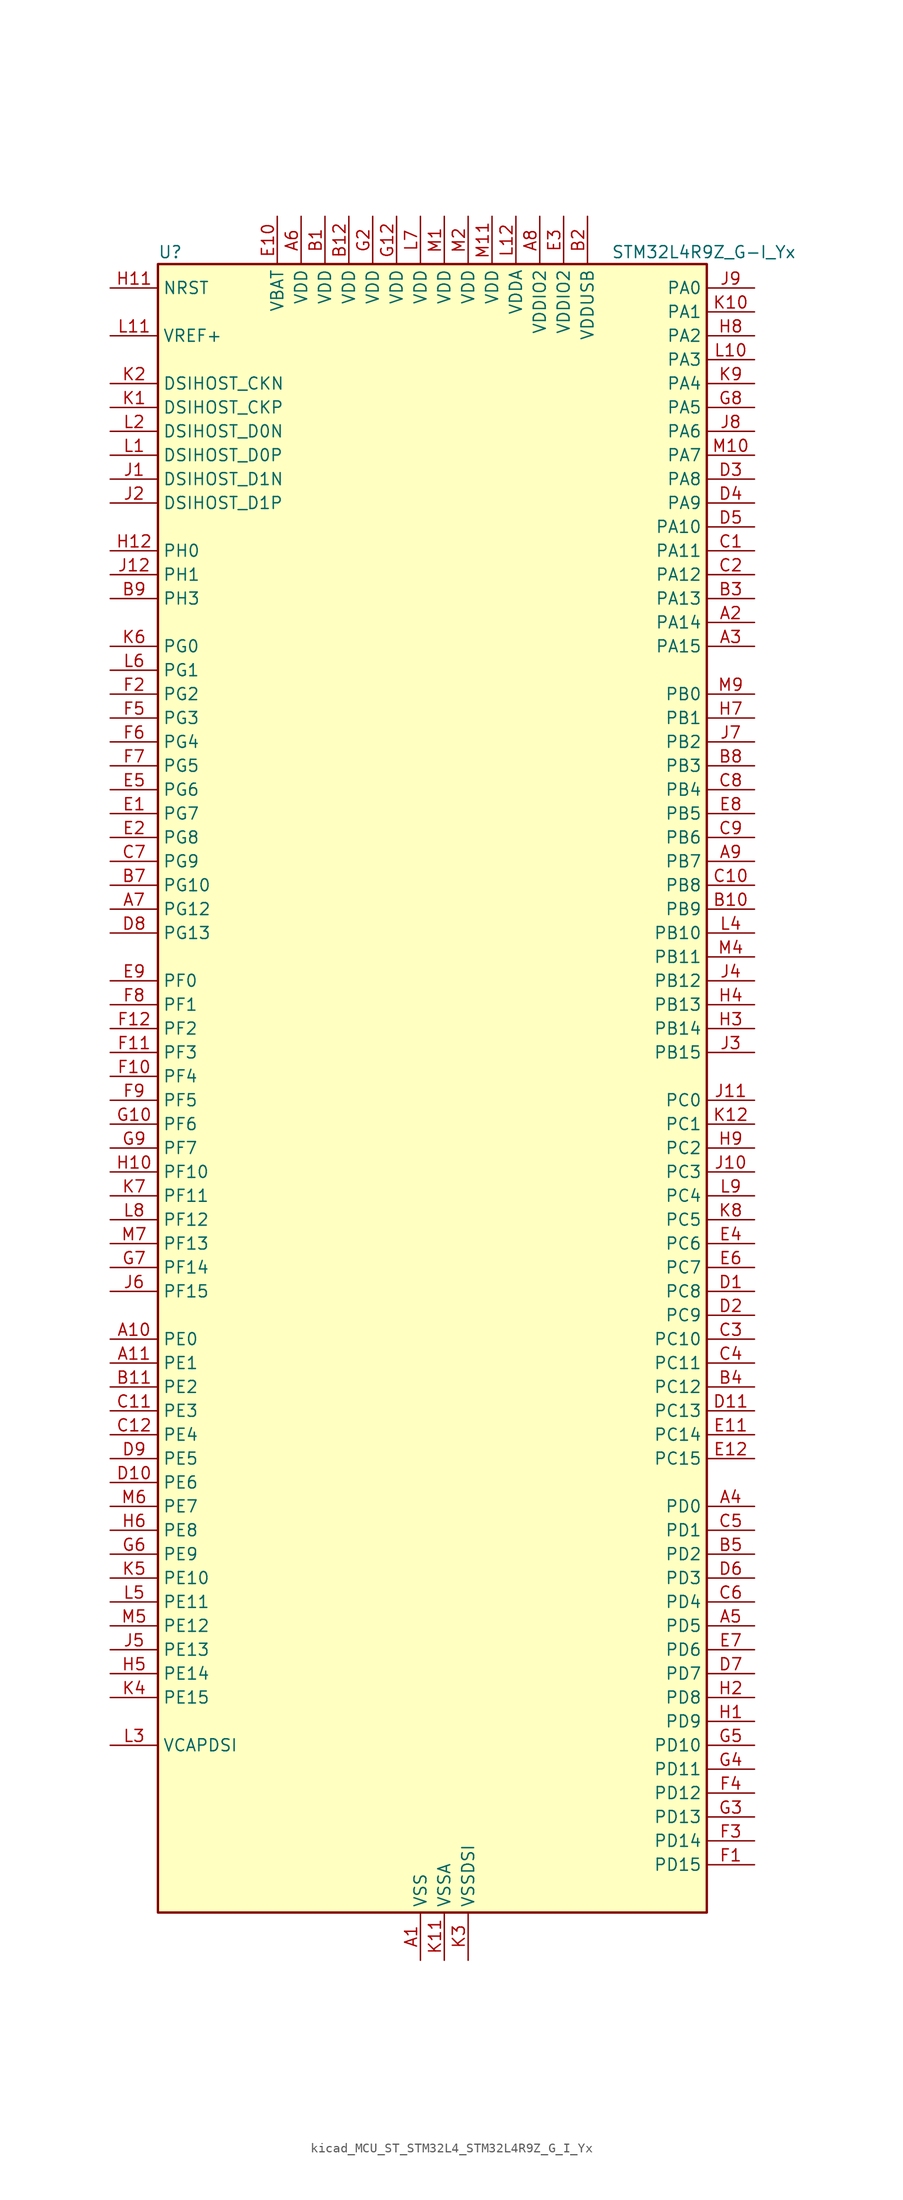
<source format=kicad_sym>
(kicad_symbol_lib
  (version 20220914)
  (generator kicad_symbol_editor)
  (symbol "kicad_MCU_ST_STM32L4_STM32L4R9Z_G_I_Yx"
    (property "Reference" "U"
      (at -27.94 90.17 0)
      (effects (font (size 1.27 1.27)) (justify left)))
    (property "Value" "STM32L4R9Z_G-I_Yx"
      (at 20.32 90.17 0)
      (effects (font (size 1.27 1.27)) (justify left)))
    (property "ki_locked" ""
      (at 0 0 0)
      (effects (font (size 1.27 1.27))))
    (symbol "kicad_MCU_ST_STM32L4_STM32L4R9Z_G_I_Yx_0_1"
      (rectangle (start -27.94 -86.36) (end 30.48 88.9) (stroke (width 0.254) (type default)) (fill (type background))))
    (symbol "kicad_MCU_ST_STM32L4_STM32L4R9Z_G_I_Yx_1_1"
      (pin power_in line (at 0 -91.44 90) (length 5.08) (name "VSS" (effects (font (size 1.27 1.27)))) (number "A1" (effects (font (size 1.27 1.27)))))
      (pin bidirectional line (at -33.02 -25.4 0) (length 5.08) (name "PE0" (effects (font (size 1.27 1.27)))) (number "A10" (effects (font (size 1.27 1.27)))) (alternate "DCMI_D2" bidirectional line) (alternate "FMC_NBL0" bidirectional line) (alternate "LTDC_HSYNC" bidirectional line) (alternate "TIM16_CH1" bidirectional line) (alternate "TIM4_ETR" bidirectional line))
      (pin bidirectional line (at -33.02 -27.94 0) (length 5.08) (name "PE1" (effects (font (size 1.27 1.27)))) (number "A11" (effects (font (size 1.27 1.27)))) (alternate "DCMI_D3" bidirectional line) (alternate "FMC_NBL1" bidirectional line) (alternate "LTDC_VSYNC" bidirectional line) (alternate "TIM17_CH1" bidirectional line))
      (pin passive line (at 0 -91.44 90) (length 5.08) hide (name "VSS" (effects (font (size 1.27 1.27)))) (number "A12" (effects (font (size 1.27 1.27)))))
      (pin bidirectional line (at 35.56 50.8 180) (length 5.08) (name "PA14" (effects (font (size 1.27 1.27)))) (number "A2" (effects (font (size 1.27 1.27)))) (alternate "I2C1_SMBA" bidirectional line) (alternate "I2C4_SMBA" bidirectional line) (alternate "LPTIM1_OUT" bidirectional line) (alternate "SAI1_FS_B" bidirectional line) (alternate "SYS_JTCK-SWCLK" bidirectional line) (alternate "USB_OTG_FS_SOF" bidirectional line))
      (pin bidirectional line (at 35.56 48.26 180) (length 5.08) (name "PA15" (effects (font (size 1.27 1.27)))) (number "A3" (effects (font (size 1.27 1.27)))) (alternate "ADC1_EXTI15" bidirectional line) (alternate "SAI2_FS_B" bidirectional line) (alternate "SPI1_NSS" bidirectional line) (alternate "SPI3_NSS" bidirectional line) (alternate "SYS_JTDI" bidirectional line) (alternate "TIM2_CH1" bidirectional line) (alternate "TIM2_ETR" bidirectional line) (alternate "TSC_G3_IO1" bidirectional line) (alternate "UART4_DE" bidirectional line) (alternate "UART4_RTS" bidirectional line) (alternate "USART2_RX" bidirectional line) (alternate "USART3_DE" bidirectional line) (alternate "USART3_RTS" bidirectional line))
      (pin bidirectional line (at 35.56 -43.18 180) (length 5.08) (name "PD0" (effects (font (size 1.27 1.27)))) (number "A4" (effects (font (size 1.27 1.27)))) (alternate "CAN1_RX" bidirectional line) (alternate "DFSDM1_DATIN7" bidirectional line) (alternate "FMC_D2" bidirectional line) (alternate "FMC_DA2" bidirectional line) (alternate "LTDC_B4" bidirectional line) (alternate "SPI2_NSS" bidirectional line))
      (pin bidirectional line (at 35.56 -55.88 180) (length 5.08) (name "PD5" (effects (font (size 1.27 1.27)))) (number "A5" (effects (font (size 1.27 1.27)))) (alternate "FMC_NWE" bidirectional line) (alternate "OCTOSPIM_P1_IO5" bidirectional line) (alternate "USART2_TX" bidirectional line))
      (pin power_in line (at -12.7 93.98 270) (length 5.08) (name "VDD" (effects (font (size 1.27 1.27)))) (number "A6" (effects (font (size 1.27 1.27)))))
      (pin bidirectional line (at -33.02 20.32 0) (length 5.08) (name "PG12" (effects (font (size 1.27 1.27)))) (number "A7" (effects (font (size 1.27 1.27)))) (alternate "FMC_NE4" bidirectional line) (alternate "LPTIM1_ETR" bidirectional line) (alternate "OCTOSPIM_P2_NCS" bidirectional line) (alternate "SAI2_SD_A" bidirectional line) (alternate "SPI3_NSS" bidirectional line) (alternate "USART1_DE" bidirectional line) (alternate "USART1_RTS" bidirectional line))
      (pin power_in line (at 12.7 93.98 270) (length 5.08) (name "VDDIO2" (effects (font (size 1.27 1.27)))) (number "A8" (effects (font (size 1.27 1.27)))))
      (pin bidirectional line (at 35.56 25.4 180) (length 5.08) (name "PB7" (effects (font (size 1.27 1.27)))) (number "A9" (effects (font (size 1.27 1.27)))) (alternate "COMP2_INM" bidirectional line) (alternate "DCMI_VSYNC" bidirectional line) (alternate "DFSDM1_CKIN5" bidirectional line) (alternate "DSIHOST_TE" bidirectional line) (alternate "FMC_NL" bidirectional line) (alternate "I2C1_SDA" bidirectional line) (alternate "I2C4_SDA" bidirectional line) (alternate "LPTIM1_IN2" bidirectional line) (alternate "SYS_PVD_IN" bidirectional line) (alternate "TIM17_CH1N" bidirectional line) (alternate "TIM4_CH2" bidirectional line) (alternate "TIM8_BKIN" bidirectional line) (alternate "TSC_G2_IO4" bidirectional line) (alternate "UART4_CTS" bidirectional line) (alternate "USART1_RX" bidirectional line))
      (pin power_in line (at -10.16 93.98 270) (length 5.08) (name "VDD" (effects (font (size 1.27 1.27)))) (number "B1" (effects (font (size 1.27 1.27)))))
      (pin bidirectional line (at 35.56 20.32 180) (length 5.08) (name "PB9" (effects (font (size 1.27 1.27)))) (number "B10" (effects (font (size 1.27 1.27)))) (alternate "CAN1_TX" bidirectional line) (alternate "DAC1_EXTI9" bidirectional line) (alternate "DCMI_D7" bidirectional line) (alternate "DFSDM1_CKIN6" bidirectional line) (alternate "I2C1_SDA" bidirectional line) (alternate "IR_OUT" bidirectional line) (alternate "SAI1_D2" bidirectional line) (alternate "SAI1_FS_A" bidirectional line) (alternate "SDMMC1_CDIR" bidirectional line) (alternate "SDMMC1_D5" bidirectional line) (alternate "SPI2_NSS" bidirectional line) (alternate "TIM17_CH1" bidirectional line) (alternate "TIM4_CH4" bidirectional line))
      (pin bidirectional line (at -33.02 -30.48 0) (length 5.08) (name "PE2" (effects (font (size 1.27 1.27)))) (number "B11" (effects (font (size 1.27 1.27)))) (alternate "FMC_A23" bidirectional line) (alternate "LTDC_R0" bidirectional line) (alternate "SAI1_CK1" bidirectional line) (alternate "SAI1_MCLK_A" bidirectional line) (alternate "SYS_TRACECLK" bidirectional line) (alternate "TIM3_ETR" bidirectional line) (alternate "TSC_G7_IO1" bidirectional line))
      (pin power_in line (at -7.62 93.98 270) (length 5.08) (name "VDD" (effects (font (size 1.27 1.27)))) (number "B12" (effects (font (size 1.27 1.27)))))
      (pin power_in line (at 17.78 93.98 270) (length 5.08) (name "VDDUSB" (effects (font (size 1.27 1.27)))) (number "B2" (effects (font (size 1.27 1.27)))))
      (pin bidirectional line (at 35.56 53.34 180) (length 5.08) (name "PA13" (effects (font (size 1.27 1.27)))) (number "B3" (effects (font (size 1.27 1.27)))) (alternate "IR_OUT" bidirectional line) (alternate "SAI1_SD_B" bidirectional line) (alternate "SYS_JTMS-SWDIO" bidirectional line) (alternate "USB_OTG_FS_NOE" bidirectional line))
      (pin bidirectional line (at 35.56 -30.48 180) (length 5.08) (name "PC12" (effects (font (size 1.27 1.27)))) (number "B4" (effects (font (size 1.27 1.27)))) (alternate "DCMI_D9" bidirectional line) (alternate "SAI2_SD_B" bidirectional line) (alternate "SDMMC1_CK" bidirectional line) (alternate "SPI3_MOSI" bidirectional line) (alternate "SYS_TRACED3" bidirectional line) (alternate "TSC_G3_IO4" bidirectional line) (alternate "UART5_TX" bidirectional line) (alternate "USART3_CK" bidirectional line))
      (pin bidirectional line (at 35.56 -48.26 180) (length 5.08) (name "PD2" (effects (font (size 1.27 1.27)))) (number "B5" (effects (font (size 1.27 1.27)))) (alternate "DCMI_D11" bidirectional line) (alternate "SDMMC1_CMD" bidirectional line) (alternate "SYS_TRACED2" bidirectional line) (alternate "TIM3_ETR" bidirectional line) (alternate "TSC_SYNC" bidirectional line) (alternate "UART5_RX" bidirectional line) (alternate "USART3_DE" bidirectional line) (alternate "USART3_RTS" bidirectional line))
      (pin passive line (at 0 -91.44 90) (length 5.08) hide (name "VSS" (effects (font (size 1.27 1.27)))) (number "B6" (effects (font (size 1.27 1.27)))))
      (pin bidirectional line (at -33.02 22.86 0) (length 5.08) (name "PG10" (effects (font (size 1.27 1.27)))) (number "B7" (effects (font (size 1.27 1.27)))) (alternate "FMC_NE3" bidirectional line) (alternate "LPTIM1_IN1" bidirectional line) (alternate "OCTOSPIM_P2_IO7" bidirectional line) (alternate "SAI2_FS_A" bidirectional line) (alternate "SPI3_MISO" bidirectional line) (alternate "TIM15_CH1" bidirectional line) (alternate "USART1_RX" bidirectional line))
      (pin bidirectional line (at 35.56 35.56 180) (length 5.08) (name "PB3" (effects (font (size 1.27 1.27)))) (number "B8" (effects (font (size 1.27 1.27)))) (alternate "COMP2_INM" bidirectional line) (alternate "CRS_SYNC" bidirectional line) (alternate "SAI1_SCK_B" bidirectional line) (alternate "SPI1_SCK" bidirectional line) (alternate "SPI3_SCK" bidirectional line) (alternate "SYS_JTDO-SWO" bidirectional line) (alternate "TIM2_CH2" bidirectional line) (alternate "USART1_DE" bidirectional line) (alternate "USART1_RTS" bidirectional line))
      (pin bidirectional line (at -33.02 53.34 0) (length 5.08) (name "PH3" (effects (font (size 1.27 1.27)))) (number "B9" (effects (font (size 1.27 1.27)))))
      (pin bidirectional line (at 35.56 58.42 180) (length 5.08) (name "PA11" (effects (font (size 1.27 1.27)))) (number "C1" (effects (font (size 1.27 1.27)))) (alternate "ADC1_EXTI11" bidirectional line) (alternate "CAN1_RX" bidirectional line) (alternate "SPI1_MISO" bidirectional line) (alternate "TIM1_BKIN2" bidirectional line) (alternate "TIM1_CH4" bidirectional line) (alternate "USART1_CTS" bidirectional line) (alternate "USART1_NSS" bidirectional line) (alternate "USB_OTG_FS_DM" bidirectional line))
      (pin bidirectional line (at 35.56 22.86 180) (length 5.08) (name "PB8" (effects (font (size 1.27 1.27)))) (number "C10" (effects (font (size 1.27 1.27)))) (alternate "CAN1_RX" bidirectional line) (alternate "DCMI_D6" bidirectional line) (alternate "DFSDM1_CKOUT" bidirectional line) (alternate "DFSDM1_DATIN6" bidirectional line) (alternate "I2C1_SCL" bidirectional line) (alternate "LTDC_B1" bidirectional line) (alternate "SAI1_CK1" bidirectional line) (alternate "SAI1_MCLK_A" bidirectional line) (alternate "SDMMC1_CKIN" bidirectional line) (alternate "SDMMC1_D4" bidirectional line) (alternate "TIM16_CH1" bidirectional line) (alternate "TIM4_CH3" bidirectional line))
      (pin bidirectional line (at -33.02 -33.02 0) (length 5.08) (name "PE3" (effects (font (size 1.27 1.27)))) (number "C11" (effects (font (size 1.27 1.27)))) (alternate "FMC_A19" bidirectional line) (alternate "LTDC_R1" bidirectional line) (alternate "OCTOSPIM_P1_DQS" bidirectional line) (alternate "SAI1_SD_B" bidirectional line) (alternate "SYS_TRACED0" bidirectional line) (alternate "TIM3_CH1" bidirectional line) (alternate "TSC_G7_IO2" bidirectional line))
      (pin bidirectional line (at -33.02 -35.56 0) (length 5.08) (name "PE4" (effects (font (size 1.27 1.27)))) (number "C12" (effects (font (size 1.27 1.27)))) (alternate "DCMI_D4" bidirectional line) (alternate "DFSDM1_DATIN3" bidirectional line) (alternate "FMC_A20" bidirectional line) (alternate "LTDC_B0" bidirectional line) (alternate "SAI1_D2" bidirectional line) (alternate "SAI1_FS_A" bidirectional line) (alternate "SYS_TRACED1" bidirectional line) (alternate "TIM3_CH2" bidirectional line) (alternate "TSC_G7_IO3" bidirectional line))
      (pin bidirectional line (at 35.56 55.88 180) (length 5.08) (name "PA12" (effects (font (size 1.27 1.27)))) (number "C2" (effects (font (size 1.27 1.27)))) (alternate "CAN1_TX" bidirectional line) (alternate "SPI1_MOSI" bidirectional line) (alternate "TIM1_ETR" bidirectional line) (alternate "USART1_DE" bidirectional line) (alternate "USART1_RTS" bidirectional line) (alternate "USB_OTG_FS_DP" bidirectional line))
      (pin bidirectional line (at 35.56 -25.4 180) (length 5.08) (name "PC10" (effects (font (size 1.27 1.27)))) (number "C3" (effects (font (size 1.27 1.27)))) (alternate "DCMI_D8" bidirectional line) (alternate "SAI2_SCK_B" bidirectional line) (alternate "SDMMC1_D2" bidirectional line) (alternate "SPI3_SCK" bidirectional line) (alternate "SYS_TRACED1" bidirectional line) (alternate "TSC_G3_IO2" bidirectional line) (alternate "UART4_TX" bidirectional line) (alternate "USART3_TX" bidirectional line))
      (pin bidirectional line (at 35.56 -27.94 180) (length 5.08) (name "PC11" (effects (font (size 1.27 1.27)))) (number "C4" (effects (font (size 1.27 1.27)))) (alternate "ADC1_EXTI11" bidirectional line) (alternate "DCMI_D2" bidirectional line) (alternate "DCMI_D4" bidirectional line) (alternate "OCTOSPIM_P1_NCS" bidirectional line) (alternate "SAI2_MCLK_B" bidirectional line) (alternate "SDMMC1_D3" bidirectional line) (alternate "SPI3_MISO" bidirectional line) (alternate "TSC_G3_IO3" bidirectional line) (alternate "UART4_RX" bidirectional line) (alternate "USART3_RX" bidirectional line))
      (pin bidirectional line (at 35.56 -45.72 180) (length 5.08) (name "PD1" (effects (font (size 1.27 1.27)))) (number "C5" (effects (font (size 1.27 1.27)))) (alternate "CAN1_TX" bidirectional line) (alternate "DFSDM1_CKIN7" bidirectional line) (alternate "FMC_D3" bidirectional line) (alternate "FMC_DA3" bidirectional line) (alternate "LTDC_B5" bidirectional line) (alternate "SPI2_SCK" bidirectional line))
      (pin bidirectional line (at 35.56 -53.34 180) (length 5.08) (name "PD4" (effects (font (size 1.27 1.27)))) (number "C6" (effects (font (size 1.27 1.27)))) (alternate "DFSDM1_CKIN0" bidirectional line) (alternate "FMC_NOE" bidirectional line) (alternate "OCTOSPIM_P1_IO4" bidirectional line) (alternate "SPI2_MOSI" bidirectional line) (alternate "USART2_DE" bidirectional line) (alternate "USART2_RTS" bidirectional line))
      (pin bidirectional line (at -33.02 25.4 0) (length 5.08) (name "PG9" (effects (font (size 1.27 1.27)))) (number "C7" (effects (font (size 1.27 1.27)))) (alternate "DAC1_EXTI9" bidirectional line) (alternate "FMC_NCE" bidirectional line) (alternate "FMC_NE2" bidirectional line) (alternate "OCTOSPIM_P2_IO6" bidirectional line) (alternate "SAI2_SCK_A" bidirectional line) (alternate "SPI3_SCK" bidirectional line) (alternate "TIM15_CH1N" bidirectional line) (alternate "USART1_TX" bidirectional line))
      (pin bidirectional line (at 35.56 33.02 180) (length 5.08) (name "PB4" (effects (font (size 1.27 1.27)))) (number "C8" (effects (font (size 1.27 1.27)))) (alternate "COMP2_INP" bidirectional line) (alternate "DCMI_D12" bidirectional line) (alternate "I2C3_SDA" bidirectional line) (alternate "SAI1_MCLK_B" bidirectional line) (alternate "SPI1_MISO" bidirectional line) (alternate "SPI3_MISO" bidirectional line) (alternate "SYS_JTRST" bidirectional line) (alternate "TIM17_BKIN" bidirectional line) (alternate "TIM3_CH1" bidirectional line) (alternate "TSC_G2_IO1" bidirectional line) (alternate "UART5_DE" bidirectional line) (alternate "UART5_RTS" bidirectional line) (alternate "USART1_CTS" bidirectional line) (alternate "USART1_NSS" bidirectional line))
      (pin bidirectional line (at 35.56 27.94 180) (length 5.08) (name "PB6" (effects (font (size 1.27 1.27)))) (number "C9" (effects (font (size 1.27 1.27)))) (alternate "COMP2_INP" bidirectional line) (alternate "DCMI_D5" bidirectional line) (alternate "DFSDM1_DATIN5" bidirectional line) (alternate "I2C1_SCL" bidirectional line) (alternate "I2C4_SCL" bidirectional line) (alternate "LPTIM1_ETR" bidirectional line) (alternate "SAI1_FS_B" bidirectional line) (alternate "TIM16_CH1N" bidirectional line) (alternate "TIM4_CH1" bidirectional line) (alternate "TIM8_BKIN2" bidirectional line) (alternate "TSC_G2_IO3" bidirectional line) (alternate "USART1_TX" bidirectional line))
      (pin bidirectional line (at 35.56 -20.32 180) (length 5.08) (name "PC8" (effects (font (size 1.27 1.27)))) (number "D1" (effects (font (size 1.27 1.27)))) (alternate "DCMI_D2" bidirectional line) (alternate "SDMMC1_D0" bidirectional line) (alternate "TIM3_CH3" bidirectional line) (alternate "TIM8_CH3" bidirectional line) (alternate "TSC_G4_IO3" bidirectional line))
      (pin bidirectional line (at -33.02 -40.64 0) (length 5.08) (name "PE6" (effects (font (size 1.27 1.27)))) (number "D10" (effects (font (size 1.27 1.27)))) (alternate "DCMI_D7" bidirectional line) (alternate "FMC_A22" bidirectional line) (alternate "LTDC_G1" bidirectional line) (alternate "RTC_TAMP3" bidirectional line) (alternate "SAI1_D1" bidirectional line) (alternate "SAI1_SD_A" bidirectional line) (alternate "SYS_TRACED3" bidirectional line) (alternate "SYS_WKUP3" bidirectional line) (alternate "TIM3_CH4" bidirectional line))
      (pin bidirectional line (at 35.56 -33.02 180) (length 5.08) (name "PC13" (effects (font (size 1.27 1.27)))) (number "D11" (effects (font (size 1.27 1.27)))) (alternate "RTC_OUT_ALARM" bidirectional line) (alternate "RTC_OUT_CALIB" bidirectional line) (alternate "RTC_TAMP1" bidirectional line) (alternate "RTC_TS" bidirectional line) (alternate "SYS_WKUP2" bidirectional line))
      (pin passive line (at 0 -91.44 90) (length 5.08) hide (name "VSS" (effects (font (size 1.27 1.27)))) (number "D12" (effects (font (size 1.27 1.27)))))
      (pin bidirectional line (at 35.56 -22.86 180) (length 5.08) (name "PC9" (effects (font (size 1.27 1.27)))) (number "D2" (effects (font (size 1.27 1.27)))) (alternate "DAC1_EXTI9" bidirectional line) (alternate "DCMI_D3" bidirectional line) (alternate "I2C3_SDA" bidirectional line) (alternate "SAI2_EXTCLK" bidirectional line) (alternate "SDMMC1_D1" bidirectional line) (alternate "SYS_TRACED0" bidirectional line) (alternate "TIM3_CH4" bidirectional line) (alternate "TIM8_BKIN2" bidirectional line) (alternate "TIM8_CH4" bidirectional line) (alternate "TSC_G4_IO4" bidirectional line) (alternate "USB_OTG_FS_NOE" bidirectional line))
      (pin bidirectional line (at 35.56 66.04 180) (length 5.08) (name "PA8" (effects (font (size 1.27 1.27)))) (number "D3" (effects (font (size 1.27 1.27)))) (alternate "LPTIM2_OUT" bidirectional line) (alternate "RCC_MCO" bidirectional line) (alternate "SAI1_CK2" bidirectional line) (alternate "SAI1_SCK_A" bidirectional line) (alternate "TIM1_CH1" bidirectional line) (alternate "USART1_CK" bidirectional line) (alternate "USB_OTG_FS_SOF" bidirectional line))
      (pin bidirectional line (at 35.56 63.5 180) (length 5.08) (name "PA9" (effects (font (size 1.27 1.27)))) (number "D4" (effects (font (size 1.27 1.27)))) (alternate "DAC1_EXTI9" bidirectional line) (alternate "DCMI_D0" bidirectional line) (alternate "SAI1_FS_A" bidirectional line) (alternate "SPI2_SCK" bidirectional line) (alternate "TIM15_BKIN" bidirectional line) (alternate "TIM1_CH2" bidirectional line) (alternate "USART1_TX" bidirectional line) (alternate "USB_OTG_FS_VBUS" bidirectional line))
      (pin bidirectional line (at 35.56 60.96 180) (length 5.08) (name "PA10" (effects (font (size 1.27 1.27)))) (number "D5" (effects (font (size 1.27 1.27)))) (alternate "DCMI_D1" bidirectional line) (alternate "SAI1_D1" bidirectional line) (alternate "SAI1_SD_A" bidirectional line) (alternate "TIM17_BKIN" bidirectional line) (alternate "TIM1_CH3" bidirectional line) (alternate "USART1_RX" bidirectional line) (alternate "USB_OTG_FS_ID" bidirectional line))
      (pin bidirectional line (at 35.56 -50.8 180) (length 5.08) (name "PD3" (effects (font (size 1.27 1.27)))) (number "D6" (effects (font (size 1.27 1.27)))) (alternate "DCMI_D5" bidirectional line) (alternate "DFSDM1_DATIN0" bidirectional line) (alternate "FMC_CLK" bidirectional line) (alternate "LTDC_CLK" bidirectional line) (alternate "OCTOSPIM_P2_NCS" bidirectional line) (alternate "SPI2_MISO" bidirectional line) (alternate "SPI2_SCK" bidirectional line) (alternate "USART2_CTS" bidirectional line) (alternate "USART2_NSS" bidirectional line))
      (pin bidirectional line (at 35.56 -60.96 180) (length 5.08) (name "PD7" (effects (font (size 1.27 1.27)))) (number "D7" (effects (font (size 1.27 1.27)))) (alternate "DFSDM1_CKIN1" bidirectional line) (alternate "FMC_NCE" bidirectional line) (alternate "FMC_NE1" bidirectional line) (alternate "OCTOSPIM_P1_IO7" bidirectional line) (alternate "USART2_CK" bidirectional line))
      (pin bidirectional line (at -33.02 17.78 0) (length 5.08) (name "PG13" (effects (font (size 1.27 1.27)))) (number "D8" (effects (font (size 1.27 1.27)))) (alternate "FMC_A24" bidirectional line) (alternate "I2C1_SDA" bidirectional line) (alternate "LTDC_R0" bidirectional line) (alternate "USART1_CK" bidirectional line))
      (pin bidirectional line (at -33.02 -38.1 0) (length 5.08) (name "PE5" (effects (font (size 1.27 1.27)))) (number "D9" (effects (font (size 1.27 1.27)))) (alternate "DCMI_D6" bidirectional line) (alternate "DFSDM1_CKIN3" bidirectional line) (alternate "FMC_A21" bidirectional line) (alternate "LTDC_G0" bidirectional line) (alternate "SAI1_CK2" bidirectional line) (alternate "SAI1_SCK_A" bidirectional line) (alternate "SYS_TRACED2" bidirectional line) (alternate "TIM3_CH3" bidirectional line) (alternate "TSC_G7_IO4" bidirectional line))
      (pin bidirectional line (at -33.02 30.48 0) (length 5.08) (name "PG7" (effects (font (size 1.27 1.27)))) (number "E1" (effects (font (size 1.27 1.27)))) (alternate "DFSDM1_CKOUT" bidirectional line) (alternate "FMC_INT" bidirectional line) (alternate "I2C3_SCL" bidirectional line) (alternate "LPUART1_TX" bidirectional line) (alternate "OCTOSPIM_P2_DQS" bidirectional line) (alternate "SAI1_CK1" bidirectional line) (alternate "SAI1_MCLK_A" bidirectional line))
      (pin power_in line (at -15.24 93.98 270) (length 5.08) (name "VBAT" (effects (font (size 1.27 1.27)))) (number "E10" (effects (font (size 1.27 1.27)))))
      (pin bidirectional line (at 35.56 -35.56 180) (length 5.08) (name "PC14" (effects (font (size 1.27 1.27)))) (number "E11" (effects (font (size 1.27 1.27)))) (alternate "RCC_OSC32_IN" bidirectional line))
      (pin bidirectional line (at 35.56 -38.1 180) (length 5.08) (name "PC15" (effects (font (size 1.27 1.27)))) (number "E12" (effects (font (size 1.27 1.27)))) (alternate "ADC1_EXTI15" bidirectional line) (alternate "RCC_OSC32_OUT" bidirectional line))
      (pin bidirectional line (at -33.02 27.94 0) (length 5.08) (name "PG8" (effects (font (size 1.27 1.27)))) (number "E2" (effects (font (size 1.27 1.27)))) (alternate "I2C3_SDA" bidirectional line) (alternate "LPUART1_RX" bidirectional line))
      (pin power_in line (at 15.24 93.98 270) (length 5.08) (name "VDDIO2" (effects (font (size 1.27 1.27)))) (number "E3" (effects (font (size 1.27 1.27)))))
      (pin bidirectional line (at 35.56 -15.24 180) (length 5.08) (name "PC6" (effects (font (size 1.27 1.27)))) (number "E4" (effects (font (size 1.27 1.27)))) (alternate "DCMI_D0" bidirectional line) (alternate "DFSDM1_CKIN3" bidirectional line) (alternate "LTDC_R0" bidirectional line) (alternate "SAI2_MCLK_A" bidirectional line) (alternate "SDMMC1_D0DIR" bidirectional line) (alternate "SDMMC1_D6" bidirectional line) (alternate "TIM3_CH1" bidirectional line) (alternate "TIM8_CH1" bidirectional line) (alternate "TSC_G4_IO1" bidirectional line))
      (pin bidirectional line (at -33.02 33.02 0) (length 5.08) (name "PG6" (effects (font (size 1.27 1.27)))) (number "E5" (effects (font (size 1.27 1.27)))) (alternate "DSIHOST_TE" bidirectional line) (alternate "I2C3_SMBA" bidirectional line) (alternate "LPUART1_DE" bidirectional line) (alternate "LPUART1_RTS" bidirectional line) (alternate "LTDC_R1" bidirectional line) (alternate "OCTOSPIM_P1_DQS" bidirectional line))
      (pin bidirectional line (at 35.56 -17.78 180) (length 5.08) (name "PC7" (effects (font (size 1.27 1.27)))) (number "E6" (effects (font (size 1.27 1.27)))) (alternate "DCMI_D1" bidirectional line) (alternate "DFSDM1_DATIN3" bidirectional line) (alternate "LTDC_R1" bidirectional line) (alternate "SAI2_MCLK_B" bidirectional line) (alternate "SDMMC1_D123DIR" bidirectional line) (alternate "SDMMC1_D7" bidirectional line) (alternate "TIM3_CH2" bidirectional line) (alternate "TIM8_CH2" bidirectional line) (alternate "TSC_G4_IO2" bidirectional line))
      (pin bidirectional line (at 35.56 -58.42 180) (length 5.08) (name "PD6" (effects (font (size 1.27 1.27)))) (number "E7" (effects (font (size 1.27 1.27)))) (alternate "DCMI_D10" bidirectional line) (alternate "DFSDM1_DATIN1" bidirectional line) (alternate "FMC_NWAIT" bidirectional line) (alternate "LTDC_DE" bidirectional line) (alternate "OCTOSPIM_P1_IO6" bidirectional line) (alternate "SAI1_D1" bidirectional line) (alternate "SAI1_SD_A" bidirectional line) (alternate "SPI3_MOSI" bidirectional line) (alternate "USART2_RX" bidirectional line))
      (pin bidirectional line (at 35.56 30.48 180) (length 5.08) (name "PB5" (effects (font (size 1.27 1.27)))) (number "E8" (effects (font (size 1.27 1.27)))) (alternate "COMP2_OUT" bidirectional line) (alternate "DCMI_D10" bidirectional line) (alternate "I2C1_SMBA" bidirectional line) (alternate "LPTIM1_IN1" bidirectional line) (alternate "SAI1_SD_B" bidirectional line) (alternate "SPI1_MOSI" bidirectional line) (alternate "SPI3_MOSI" bidirectional line) (alternate "TIM16_BKIN" bidirectional line) (alternate "TIM3_CH2" bidirectional line) (alternate "TSC_G2_IO2" bidirectional line) (alternate "UART5_CTS" bidirectional line) (alternate "USART1_CK" bidirectional line))
      (pin bidirectional line (at -33.02 12.7 0) (length 5.08) (name "PF0" (effects (font (size 1.27 1.27)))) (number "E9" (effects (font (size 1.27 1.27)))) (alternate "FMC_A0" bidirectional line) (alternate "I2C2_SDA" bidirectional line) (alternate "OCTOSPIM_P2_IO0" bidirectional line))
      (pin bidirectional line (at 35.56 -81.28 180) (length 5.08) (name "PD15" (effects (font (size 1.27 1.27)))) (number "F1" (effects (font (size 1.27 1.27)))) (alternate "ADC1_EXTI15" bidirectional line) (alternate "FMC_D1" bidirectional line) (alternate "FMC_DA1" bidirectional line) (alternate "LTDC_B3" bidirectional line) (alternate "TIM4_CH4" bidirectional line))
      (pin bidirectional line (at -33.02 2.54 0) (length 5.08) (name "PF4" (effects (font (size 1.27 1.27)))) (number "F10" (effects (font (size 1.27 1.27)))) (alternate "FMC_A4" bidirectional line) (alternate "OCTOSPIM_P2_CLK" bidirectional line))
      (pin bidirectional line (at -33.02 5.08 0) (length 5.08) (name "PF3" (effects (font (size 1.27 1.27)))) (number "F11" (effects (font (size 1.27 1.27)))) (alternate "FMC_A3" bidirectional line) (alternate "OCTOSPIM_P2_IO3" bidirectional line))
      (pin bidirectional line (at -33.02 7.62 0) (length 5.08) (name "PF2" (effects (font (size 1.27 1.27)))) (number "F12" (effects (font (size 1.27 1.27)))) (alternate "FMC_A2" bidirectional line) (alternate "I2C2_SMBA" bidirectional line) (alternate "OCTOSPIM_P2_IO2" bidirectional line))
      (pin bidirectional line (at -33.02 43.18 0) (length 5.08) (name "PG2" (effects (font (size 1.27 1.27)))) (number "F2" (effects (font (size 1.27 1.27)))) (alternate "FMC_A12" bidirectional line) (alternate "SAI2_SCK_B" bidirectional line) (alternate "SPI1_SCK" bidirectional line))
      (pin bidirectional line (at 35.56 -78.74 180) (length 5.08) (name "PD14" (effects (font (size 1.27 1.27)))) (number "F3" (effects (font (size 1.27 1.27)))) (alternate "FMC_D0" bidirectional line) (alternate "FMC_DA0" bidirectional line) (alternate "LTDC_B2" bidirectional line) (alternate "TIM4_CH3" bidirectional line))
      (pin bidirectional line (at 35.56 -73.66 180) (length 5.08) (name "PD12" (effects (font (size 1.27 1.27)))) (number "F4" (effects (font (size 1.27 1.27)))) (alternate "FMC_A17" bidirectional line) (alternate "FMC_ALE" bidirectional line) (alternate "I2C4_SCL" bidirectional line) (alternate "LPTIM2_IN1" bidirectional line) (alternate "LTDC_R7" bidirectional line) (alternate "SAI2_FS_A" bidirectional line) (alternate "TIM4_CH1" bidirectional line) (alternate "TSC_G6_IO3" bidirectional line) (alternate "USART3_DE" bidirectional line) (alternate "USART3_RTS" bidirectional line))
      (pin bidirectional line (at -33.02 40.64 0) (length 5.08) (name "PG3" (effects (font (size 1.27 1.27)))) (number "F5" (effects (font (size 1.27 1.27)))) (alternate "FMC_A13" bidirectional line) (alternate "SAI2_FS_B" bidirectional line) (alternate "SPI1_MISO" bidirectional line))
      (pin bidirectional line (at -33.02 38.1 0) (length 5.08) (name "PG4" (effects (font (size 1.27 1.27)))) (number "F6" (effects (font (size 1.27 1.27)))) (alternate "FMC_A14" bidirectional line) (alternate "SAI2_MCLK_B" bidirectional line) (alternate "SPI1_MOSI" bidirectional line))
      (pin bidirectional line (at -33.02 35.56 0) (length 5.08) (name "PG5" (effects (font (size 1.27 1.27)))) (number "F7" (effects (font (size 1.27 1.27)))) (alternate "FMC_A15" bidirectional line) (alternate "LPUART1_CTS" bidirectional line) (alternate "SAI2_SD_B" bidirectional line) (alternate "SPI1_NSS" bidirectional line))
      (pin bidirectional line (at -33.02 10.16 0) (length 5.08) (name "PF1" (effects (font (size 1.27 1.27)))) (number "F8" (effects (font (size 1.27 1.27)))) (alternate "FMC_A1" bidirectional line) (alternate "I2C2_SCL" bidirectional line) (alternate "OCTOSPIM_P2_IO1" bidirectional line))
      (pin bidirectional line (at -33.02 0 0) (length 5.08) (name "PF5" (effects (font (size 1.27 1.27)))) (number "F9" (effects (font (size 1.27 1.27)))) (alternate "FMC_A5" bidirectional line))
      (pin passive line (at 0 -91.44 90) (length 5.08) hide (name "VSS" (effects (font (size 1.27 1.27)))) (number "G1" (effects (font (size 1.27 1.27)))))
      (pin bidirectional line (at -33.02 -2.54 0) (length 5.08) (name "PF6" (effects (font (size 1.27 1.27)))) (number "G10" (effects (font (size 1.27 1.27)))) (alternate "OCTOSPIM_P1_IO3" bidirectional line) (alternate "SAI1_SD_B" bidirectional line) (alternate "TIM5_CH1" bidirectional line) (alternate "TIM5_ETR" bidirectional line))
      (pin passive line (at 0 -91.44 90) (length 5.08) hide (name "VSS" (effects (font (size 1.27 1.27)))) (number "G11" (effects (font (size 1.27 1.27)))))
      (pin power_in line (at -2.54 93.98 270) (length 5.08) (name "VDD" (effects (font (size 1.27 1.27)))) (number "G12" (effects (font (size 1.27 1.27)))))
      (pin power_in line (at -5.08 93.98 270) (length 5.08) (name "VDD" (effects (font (size 1.27 1.27)))) (number "G2" (effects (font (size 1.27 1.27)))))
      (pin bidirectional line (at 35.56 -76.2 180) (length 5.08) (name "PD13" (effects (font (size 1.27 1.27)))) (number "G3" (effects (font (size 1.27 1.27)))) (alternate "FMC_A18" bidirectional line) (alternate "I2C4_SDA" bidirectional line) (alternate "LPTIM2_OUT" bidirectional line) (alternate "TIM4_CH2" bidirectional line) (alternate "TSC_G6_IO4" bidirectional line))
      (pin bidirectional line (at 35.56 -71.12 180) (length 5.08) (name "PD11" (effects (font (size 1.27 1.27)))) (number "G4" (effects (font (size 1.27 1.27)))) (alternate "ADC1_EXTI11" bidirectional line) (alternate "FMC_A16" bidirectional line) (alternate "FMC_CLE" bidirectional line) (alternate "I2C4_SMBA" bidirectional line) (alternate "LPTIM2_ETR" bidirectional line) (alternate "LTDC_R6" bidirectional line) (alternate "SAI2_SD_A" bidirectional line) (alternate "TSC_G6_IO2" bidirectional line) (alternate "USART3_CTS" bidirectional line) (alternate "USART3_NSS" bidirectional line))
      (pin bidirectional line (at 35.56 -68.58 180) (length 5.08) (name "PD10" (effects (font (size 1.27 1.27)))) (number "G5" (effects (font (size 1.27 1.27)))) (alternate "FMC_D15" bidirectional line) (alternate "FMC_DA15" bidirectional line) (alternate "LTDC_R5" bidirectional line) (alternate "SAI2_SCK_A" bidirectional line) (alternate "TSC_G6_IO1" bidirectional line) (alternate "USART3_CK" bidirectional line))
      (pin bidirectional line (at -33.02 -48.26 0) (length 5.08) (name "PE9" (effects (font (size 1.27 1.27)))) (number "G6" (effects (font (size 1.27 1.27)))) (alternate "DAC1_EXTI9" bidirectional line) (alternate "DFSDM1_CKOUT" bidirectional line) (alternate "FMC_D6" bidirectional line) (alternate "FMC_DA6" bidirectional line) (alternate "LTDC_G2" bidirectional line) (alternate "SAI1_FS_B" bidirectional line) (alternate "TIM1_CH1" bidirectional line))
      (pin bidirectional line (at -33.02 -17.78 0) (length 5.08) (name "PF14" (effects (font (size 1.27 1.27)))) (number "G7" (effects (font (size 1.27 1.27)))) (alternate "DFSDM1_CKIN6" bidirectional line) (alternate "FMC_A8" bidirectional line) (alternate "I2C4_SCL" bidirectional line) (alternate "LTDC_G0" bidirectional line) (alternate "TSC_G8_IO1" bidirectional line))
      (pin bidirectional line (at 35.56 73.66 180) (length 5.08) (name "PA5" (effects (font (size 1.27 1.27)))) (number "G8" (effects (font (size 1.27 1.27)))) (alternate "ADC1_IN10" bidirectional line) (alternate "DAC1_OUT2" bidirectional line) (alternate "LPTIM2_ETR" bidirectional line) (alternate "SPI1_SCK" bidirectional line) (alternate "TIM2_CH1" bidirectional line) (alternate "TIM2_ETR" bidirectional line) (alternate "TIM8_CH1N" bidirectional line))
      (pin bidirectional line (at -33.02 -5.08 0) (length 5.08) (name "PF7" (effects (font (size 1.27 1.27)))) (number "G9" (effects (font (size 1.27 1.27)))) (alternate "OCTOSPIM_P1_IO2" bidirectional line) (alternate "SAI1_MCLK_B" bidirectional line) (alternate "TIM5_CH2" bidirectional line))
      (pin bidirectional line (at 35.56 -66.04 180) (length 5.08) (name "PD9" (effects (font (size 1.27 1.27)))) (number "H1" (effects (font (size 1.27 1.27)))) (alternate "DAC1_EXTI9" bidirectional line) (alternate "DCMI_PIXCLK" bidirectional line) (alternate "FMC_D14" bidirectional line) (alternate "FMC_DA14" bidirectional line) (alternate "LTDC_R4" bidirectional line) (alternate "SAI2_MCLK_A" bidirectional line) (alternate "USART3_RX" bidirectional line))
      (pin bidirectional line (at -33.02 -7.62 0) (length 5.08) (name "PF10" (effects (font (size 1.27 1.27)))) (number "H10" (effects (font (size 1.27 1.27)))) (alternate "DCMI_D11" bidirectional line) (alternate "DFSDM1_CKOUT" bidirectional line) (alternate "OCTOSPIM_P1_CLK" bidirectional line) (alternate "SAI1_D3" bidirectional line) (alternate "TIM15_CH2" bidirectional line))
      (pin input line (at -33.02 86.36 0) (length 5.08) (name "NRST" (effects (font (size 1.27 1.27)))) (number "H11" (effects (font (size 1.27 1.27)))))
      (pin bidirectional line (at -33.02 58.42 0) (length 5.08) (name "PH0" (effects (font (size 1.27 1.27)))) (number "H12" (effects (font (size 1.27 1.27)))) (alternate "RCC_OSC_IN" bidirectional line))
      (pin bidirectional line (at 35.56 -63.5 180) (length 5.08) (name "PD8" (effects (font (size 1.27 1.27)))) (number "H2" (effects (font (size 1.27 1.27)))) (alternate "DCMI_HSYNC" bidirectional line) (alternate "FMC_D13" bidirectional line) (alternate "FMC_DA13" bidirectional line) (alternate "LTDC_R3" bidirectional line) (alternate "USART3_TX" bidirectional line))
      (pin bidirectional line (at 35.56 7.62 180) (length 5.08) (name "PB14" (effects (font (size 1.27 1.27)))) (number "H3" (effects (font (size 1.27 1.27)))) (alternate "DFSDM1_DATIN2" bidirectional line) (alternate "I2C2_SDA" bidirectional line) (alternate "SAI2_MCLK_A" bidirectional line) (alternate "SPI2_MISO" bidirectional line) (alternate "TIM15_CH1" bidirectional line) (alternate "TIM1_CH2N" bidirectional line) (alternate "TIM8_CH2N" bidirectional line) (alternate "TSC_G1_IO3" bidirectional line) (alternate "USART3_DE" bidirectional line) (alternate "USART3_RTS" bidirectional line))
      (pin bidirectional line (at 35.56 10.16 180) (length 5.08) (name "PB13" (effects (font (size 1.27 1.27)))) (number "H4" (effects (font (size 1.27 1.27)))) (alternate "DFSDM1_CKIN1" bidirectional line) (alternate "I2C2_SCL" bidirectional line) (alternate "LPUART1_CTS" bidirectional line) (alternate "SAI2_SCK_A" bidirectional line) (alternate "SPI2_SCK" bidirectional line) (alternate "TIM15_CH1N" bidirectional line) (alternate "TIM1_CH1N" bidirectional line) (alternate "TSC_G1_IO2" bidirectional line) (alternate "USART3_CTS" bidirectional line) (alternate "USART3_NSS" bidirectional line))
      (pin bidirectional line (at -33.02 -60.96 0) (length 5.08) (name "PE14" (effects (font (size 1.27 1.27)))) (number "H5" (effects (font (size 1.27 1.27)))) (alternate "FMC_D11" bidirectional line) (alternate "FMC_DA11" bidirectional line) (alternate "LTDC_G7" bidirectional line) (alternate "OCTOSPIM_P1_IO2" bidirectional line) (alternate "SPI1_MISO" bidirectional line) (alternate "TIM1_BKIN2" bidirectional line) (alternate "TIM1_CH4" bidirectional line))
      (pin bidirectional line (at -33.02 -45.72 0) (length 5.08) (name "PE8" (effects (font (size 1.27 1.27)))) (number "H6" (effects (font (size 1.27 1.27)))) (alternate "DFSDM1_CKIN2" bidirectional line) (alternate "FMC_D5" bidirectional line) (alternate "FMC_DA5" bidirectional line) (alternate "LTDC_B7" bidirectional line) (alternate "SAI1_SCK_B" bidirectional line) (alternate "TIM1_CH1N" bidirectional line))
      (pin bidirectional line (at 35.56 40.64 180) (length 5.08) (name "PB1" (effects (font (size 1.27 1.27)))) (number "H7" (effects (font (size 1.27 1.27)))) (alternate "ADC1_IN16" bidirectional line) (alternate "COMP1_INM" bidirectional line) (alternate "DFSDM1_DATIN0" bidirectional line) (alternate "LPTIM2_IN1" bidirectional line) (alternate "LPUART1_DE" bidirectional line) (alternate "LPUART1_RTS" bidirectional line) (alternate "OCTOSPIM_P1_IO0" bidirectional line) (alternate "TIM1_CH3N" bidirectional line) (alternate "TIM3_CH4" bidirectional line) (alternate "TIM8_CH3N" bidirectional line) (alternate "USART3_DE" bidirectional line) (alternate "USART3_RTS" bidirectional line))
      (pin bidirectional line (at 35.56 81.28 180) (length 5.08) (name "PA2" (effects (font (size 1.27 1.27)))) (number "H8" (effects (font (size 1.27 1.27)))) (alternate "ADC1_IN7" bidirectional line) (alternate "LPUART1_TX" bidirectional line) (alternate "OCTOSPIM_P1_NCS" bidirectional line) (alternate "RCC_LSCO" bidirectional line) (alternate "SAI2_EXTCLK" bidirectional line) (alternate "SYS_WKUP4" bidirectional line) (alternate "TIM15_CH1" bidirectional line) (alternate "TIM2_CH3" bidirectional line) (alternate "TIM5_CH3" bidirectional line) (alternate "USART2_TX" bidirectional line))
      (pin bidirectional line (at 35.56 -5.08 180) (length 5.08) (name "PC2" (effects (font (size 1.27 1.27)))) (number "H9" (effects (font (size 1.27 1.27)))) (alternate "ADC1_IN3" bidirectional line) (alternate "DFSDM1_CKOUT" bidirectional line) (alternate "LPTIM1_IN2" bidirectional line) (alternate "OCTOSPIM_P1_IO5" bidirectional line) (alternate "SPI2_MISO" bidirectional line))
      (pin bidirectional line (at -33.02 66.04 0) (length 5.08) (name "DSIHOST_D1N" (effects (font (size 1.27 1.27)))) (number "J1" (effects (font (size 1.27 1.27)))) (alternate "DSIHOST_D1N" bidirectional line))
      (pin bidirectional line (at 35.56 -7.62 180) (length 5.08) (name "PC3" (effects (font (size 1.27 1.27)))) (number "J10" (effects (font (size 1.27 1.27)))) (alternate "ADC1_IN4" bidirectional line) (alternate "LPTIM1_ETR" bidirectional line) (alternate "LPTIM2_ETR" bidirectional line) (alternate "OCTOSPIM_P1_IO6" bidirectional line) (alternate "SAI1_D1" bidirectional line) (alternate "SAI1_SD_A" bidirectional line) (alternate "SPI2_MOSI" bidirectional line))
      (pin bidirectional line (at 35.56 0 180) (length 5.08) (name "PC0" (effects (font (size 1.27 1.27)))) (number "J11" (effects (font (size 1.27 1.27)))) (alternate "ADC1_IN1" bidirectional line) (alternate "DFSDM1_DATIN4" bidirectional line) (alternate "I2C3_SCL" bidirectional line) (alternate "LPTIM1_IN1" bidirectional line) (alternate "LPTIM2_IN1" bidirectional line) (alternate "LPUART1_RX" bidirectional line) (alternate "SAI2_FS_A" bidirectional line))
      (pin bidirectional line (at -33.02 55.88 0) (length 5.08) (name "PH1" (effects (font (size 1.27 1.27)))) (number "J12" (effects (font (size 1.27 1.27)))) (alternate "RCC_OSC_OUT" bidirectional line))
      (pin bidirectional line (at -33.02 63.5 0) (length 5.08) (name "DSIHOST_D1P" (effects (font (size 1.27 1.27)))) (number "J2" (effects (font (size 1.27 1.27)))) (alternate "DSIHOST_D1P" bidirectional line))
      (pin bidirectional line (at 35.56 5.08 180) (length 5.08) (name "PB15" (effects (font (size 1.27 1.27)))) (number "J3" (effects (font (size 1.27 1.27)))) (alternate "ADC1_EXTI15" bidirectional line) (alternate "DFSDM1_CKIN2" bidirectional line) (alternate "RTC_REFIN" bidirectional line) (alternate "SAI2_SD_A" bidirectional line) (alternate "SPI2_MOSI" bidirectional line) (alternate "TIM15_CH2" bidirectional line) (alternate "TIM1_CH3N" bidirectional line) (alternate "TIM8_CH3N" bidirectional line) (alternate "TSC_G1_IO4" bidirectional line))
      (pin bidirectional line (at 35.56 12.7 180) (length 5.08) (name "PB12" (effects (font (size 1.27 1.27)))) (number "J4" (effects (font (size 1.27 1.27)))) (alternate "DFSDM1_DATIN1" bidirectional line) (alternate "I2C2_SMBA" bidirectional line) (alternate "LPUART1_DE" bidirectional line) (alternate "LPUART1_RTS" bidirectional line) (alternate "SAI2_FS_A" bidirectional line) (alternate "SPI2_NSS" bidirectional line) (alternate "TIM15_BKIN" bidirectional line) (alternate "TIM1_BKIN" bidirectional line) (alternate "TSC_G1_IO1" bidirectional line) (alternate "USART3_CK" bidirectional line))
      (pin bidirectional line (at -33.02 -58.42 0) (length 5.08) (name "PE13" (effects (font (size 1.27 1.27)))) (number "J5" (effects (font (size 1.27 1.27)))) (alternate "DFSDM1_CKIN5" bidirectional line) (alternate "FMC_D10" bidirectional line) (alternate "FMC_DA10" bidirectional line) (alternate "LTDC_G6" bidirectional line) (alternate "OCTOSPIM_P1_IO1" bidirectional line) (alternate "SPI1_SCK" bidirectional line) (alternate "TIM1_CH3" bidirectional line) (alternate "TSC_G5_IO4" bidirectional line))
      (pin bidirectional line (at -33.02 -20.32 0) (length 5.08) (name "PF15" (effects (font (size 1.27 1.27)))) (number "J6" (effects (font (size 1.27 1.27)))) (alternate "ADC1_EXTI15" bidirectional line) (alternate "FMC_A9" bidirectional line) (alternate "I2C4_SDA" bidirectional line) (alternate "LTDC_G1" bidirectional line) (alternate "TSC_G8_IO2" bidirectional line))
      (pin bidirectional line (at 35.56 38.1 180) (length 5.08) (name "PB2" (effects (font (size 1.27 1.27)))) (number "J7" (effects (font (size 1.27 1.27)))) (alternate "COMP1_INP" bidirectional line) (alternate "DFSDM1_CKIN0" bidirectional line) (alternate "I2C3_SMBA" bidirectional line) (alternate "LPTIM1_OUT" bidirectional line) (alternate "LTDC_B1" bidirectional line) (alternate "OCTOSPIM_P1_DQS" bidirectional line) (alternate "RTC_OUT_ALARM" bidirectional line) (alternate "RTC_OUT_CALIB" bidirectional line))
      (pin bidirectional line (at 35.56 71.12 180) (length 5.08) (name "PA6" (effects (font (size 1.27 1.27)))) (number "J8" (effects (font (size 1.27 1.27)))) (alternate "ADC1_IN11" bidirectional line) (alternate "DCMI_PIXCLK" bidirectional line) (alternate "LPUART1_CTS" bidirectional line) (alternate "OCTOSPIM_P1_IO3" bidirectional line) (alternate "OPAMP2_VINP" bidirectional line) (alternate "SPI1_MISO" bidirectional line) (alternate "TIM16_CH1" bidirectional line) (alternate "TIM1_BKIN" bidirectional line) (alternate "TIM3_CH1" bidirectional line) (alternate "TIM8_BKIN" bidirectional line) (alternate "USART3_CTS" bidirectional line) (alternate "USART3_NSS" bidirectional line))
      (pin bidirectional line (at 35.56 86.36 180) (length 5.08) (name "PA0" (effects (font (size 1.27 1.27)))) (number "J9" (effects (font (size 1.27 1.27)))) (alternate "ADC1_IN5" bidirectional line) (alternate "OPAMP1_VINP" bidirectional line) (alternate "RTC_TAMP2" bidirectional line) (alternate "SAI1_EXTCLK" bidirectional line) (alternate "SYS_WKUP1" bidirectional line) (alternate "TIM2_CH1" bidirectional line) (alternate "TIM2_ETR" bidirectional line) (alternate "TIM5_CH1" bidirectional line) (alternate "TIM8_ETR" bidirectional line) (alternate "UART4_TX" bidirectional line) (alternate "USART2_CTS" bidirectional line) (alternate "USART2_NSS" bidirectional line))
      (pin bidirectional line (at -33.02 73.66 0) (length 5.08) (name "DSIHOST_CKP" (effects (font (size 1.27 1.27)))) (number "K1" (effects (font (size 1.27 1.27)))) (alternate "DSIHOST_CKP" bidirectional line))
      (pin bidirectional line (at 35.56 83.82 180) (length 5.08) (name "PA1" (effects (font (size 1.27 1.27)))) (number "K10" (effects (font (size 1.27 1.27)))) (alternate "ADC1_IN6" bidirectional line) (alternate "I2C1_SMBA" bidirectional line) (alternate "OCTOSPIM_P1_DQS" bidirectional line) (alternate "OPAMP1_VINM" bidirectional line) (alternate "SPI1_SCK" bidirectional line) (alternate "TIM15_CH1N" bidirectional line) (alternate "TIM2_CH2" bidirectional line) (alternate "TIM5_CH2" bidirectional line) (alternate "UART4_RX" bidirectional line) (alternate "USART2_DE" bidirectional line) (alternate "USART2_RTS" bidirectional line))
      (pin power_in line (at 2.54 -91.44 90) (length 5.08) (name "VSSA" (effects (font (size 1.27 1.27)))) (number "K11" (effects (font (size 1.27 1.27)))))
      (pin bidirectional line (at 35.56 -2.54 180) (length 5.08) (name "PC1" (effects (font (size 1.27 1.27)))) (number "K12" (effects (font (size 1.27 1.27)))) (alternate "ADC1_IN2" bidirectional line) (alternate "DFSDM1_CKIN4" bidirectional line) (alternate "I2C3_SDA" bidirectional line) (alternate "LPTIM1_OUT" bidirectional line) (alternate "LPUART1_TX" bidirectional line) (alternate "OCTOSPIM_P1_IO4" bidirectional line) (alternate "SAI1_SD_A" bidirectional line) (alternate "SPI2_MOSI" bidirectional line) (alternate "SYS_TRACED0" bidirectional line))
      (pin bidirectional line (at -33.02 76.2 0) (length 5.08) (name "DSIHOST_CKN" (effects (font (size 1.27 1.27)))) (number "K2" (effects (font (size 1.27 1.27)))) (alternate "DSIHOST_CKN" bidirectional line))
      (pin power_in line (at 5.08 -91.44 90) (length 5.08) (name "VSSDSI" (effects (font (size 1.27 1.27)))) (number "K3" (effects (font (size 1.27 1.27)))))
      (pin bidirectional line (at -33.02 -63.5 0) (length 5.08) (name "PE15" (effects (font (size 1.27 1.27)))) (number "K4" (effects (font (size 1.27 1.27)))) (alternate "ADC1_EXTI15" bidirectional line) (alternate "FMC_D12" bidirectional line) (alternate "FMC_DA12" bidirectional line) (alternate "LTDC_R2" bidirectional line) (alternate "OCTOSPIM_P1_IO3" bidirectional line) (alternate "SPI1_MOSI" bidirectional line) (alternate "TIM1_BKIN" bidirectional line))
      (pin bidirectional line (at -33.02 -50.8 0) (length 5.08) (name "PE10" (effects (font (size 1.27 1.27)))) (number "K5" (effects (font (size 1.27 1.27)))) (alternate "DFSDM1_DATIN4" bidirectional line) (alternate "FMC_D7" bidirectional line) (alternate "FMC_DA7" bidirectional line) (alternate "LTDC_G3" bidirectional line) (alternate "OCTOSPIM_P1_CLK" bidirectional line) (alternate "SAI1_MCLK_B" bidirectional line) (alternate "TIM1_CH2N" bidirectional line) (alternate "TSC_G5_IO1" bidirectional line))
      (pin bidirectional line (at -33.02 48.26 0) (length 5.08) (name "PG0" (effects (font (size 1.27 1.27)))) (number "K6" (effects (font (size 1.27 1.27)))) (alternate "FMC_A10" bidirectional line) (alternate "OCTOSPIM_P2_IO4" bidirectional line) (alternate "TSC_G8_IO3" bidirectional line))
      (pin bidirectional line (at -33.02 -10.16 0) (length 5.08) (name "PF11" (effects (font (size 1.27 1.27)))) (number "K7" (effects (font (size 1.27 1.27)))) (alternate "ADC1_EXTI11" bidirectional line) (alternate "DCMI_D12" bidirectional line) (alternate "DSIHOST_TE" bidirectional line) (alternate "LTDC_DE" bidirectional line))
      (pin bidirectional line (at 35.56 -12.7 180) (length 5.08) (name "PC5" (effects (font (size 1.27 1.27)))) (number "K8" (effects (font (size 1.27 1.27)))) (alternate "ADC1_IN14" bidirectional line) (alternate "COMP1_INP" bidirectional line) (alternate "SAI1_D3" bidirectional line) (alternate "SYS_WKUP5" bidirectional line) (alternate "USART3_RX" bidirectional line))
      (pin bidirectional line (at 35.56 76.2 180) (length 5.08) (name "PA4" (effects (font (size 1.27 1.27)))) (number "K9" (effects (font (size 1.27 1.27)))) (alternate "ADC1_IN9" bidirectional line) (alternate "DAC1_OUT1" bidirectional line) (alternate "DCMI_HSYNC" bidirectional line) (alternate "LPTIM2_OUT" bidirectional line) (alternate "OCTOSPIM_P1_NCS" bidirectional line) (alternate "SAI1_FS_B" bidirectional line) (alternate "SPI1_NSS" bidirectional line) (alternate "SPI3_NSS" bidirectional line) (alternate "USART2_CK" bidirectional line))
      (pin bidirectional line (at -33.02 68.58 0) (length 5.08) (name "DSIHOST_D0P" (effects (font (size 1.27 1.27)))) (number "L1" (effects (font (size 1.27 1.27)))) (alternate "DSIHOST_D0P" bidirectional line))
      (pin bidirectional line (at 35.56 78.74 180) (length 5.08) (name "PA3" (effects (font (size 1.27 1.27)))) (number "L10" (effects (font (size 1.27 1.27)))) (alternate "ADC1_IN8" bidirectional line) (alternate "LPUART1_RX" bidirectional line) (alternate "OCTOSPIM_P1_CLK" bidirectional line) (alternate "OPAMP1_VOUT" bidirectional line) (alternate "SAI1_CK1" bidirectional line) (alternate "SAI1_MCLK_A" bidirectional line) (alternate "TIM15_CH2" bidirectional line) (alternate "TIM2_CH4" bidirectional line) (alternate "TIM5_CH4" bidirectional line) (alternate "USART2_RX" bidirectional line))
      (pin input line (at -33.02 81.28 0) (length 5.08) (name "VREF+" (effects (font (size 1.27 1.27)))) (number "L11" (effects (font (size 1.27 1.27)))) (alternate "VREFBUF_OUT" bidirectional line))
      (pin power_in line (at 10.16 93.98 270) (length 5.08) (name "VDDA" (effects (font (size 1.27 1.27)))) (number "L12" (effects (font (size 1.27 1.27)))))
      (pin bidirectional line (at -33.02 71.12 0) (length 5.08) (name "DSIHOST_D0N" (effects (font (size 1.27 1.27)))) (number "L2" (effects (font (size 1.27 1.27)))) (alternate "DSIHOST_D0N" bidirectional line))
      (pin power_out line (at -33.02 -68.58 0) (length 5.08) (name "VCAPDSI" (effects (font (size 1.27 1.27)))) (number "L3" (effects (font (size 1.27 1.27)))))
      (pin bidirectional line (at 35.56 17.78 180) (length 5.08) (name "PB10" (effects (font (size 1.27 1.27)))) (number "L4" (effects (font (size 1.27 1.27)))) (alternate "COMP1_OUT" bidirectional line) (alternate "DFSDM1_DATIN7" bidirectional line) (alternate "I2C2_SCL" bidirectional line) (alternate "I2C4_SCL" bidirectional line) (alternate "LPUART1_RX" bidirectional line) (alternate "OCTOSPIM_P1_CLK" bidirectional line) (alternate "SAI1_SCK_A" bidirectional line) (alternate "SPI2_SCK" bidirectional line) (alternate "TIM2_CH3" bidirectional line) (alternate "TSC_SYNC" bidirectional line) (alternate "USART3_TX" bidirectional line))
      (pin bidirectional line (at -33.02 -53.34 0) (length 5.08) (name "PE11" (effects (font (size 1.27 1.27)))) (number "L5" (effects (font (size 1.27 1.27)))) (alternate "ADC1_EXTI11" bidirectional line) (alternate "DFSDM1_CKIN4" bidirectional line) (alternate "FMC_D8" bidirectional line) (alternate "FMC_DA8" bidirectional line) (alternate "LTDC_G4" bidirectional line) (alternate "OCTOSPIM_P1_NCS" bidirectional line) (alternate "TIM1_CH2" bidirectional line) (alternate "TSC_G5_IO2" bidirectional line))
      (pin bidirectional line (at -33.02 45.72 0) (length 5.08) (name "PG1" (effects (font (size 1.27 1.27)))) (number "L6" (effects (font (size 1.27 1.27)))) (alternate "FMC_A11" bidirectional line) (alternate "OCTOSPIM_P2_IO5" bidirectional line) (alternate "TSC_G8_IO4" bidirectional line))
      (pin power_in line (at 0 93.98 270) (length 5.08) (name "VDD" (effects (font (size 1.27 1.27)))) (number "L7" (effects (font (size 1.27 1.27)))))
      (pin bidirectional line (at -33.02 -12.7 0) (length 5.08) (name "PF12" (effects (font (size 1.27 1.27)))) (number "L8" (effects (font (size 1.27 1.27)))) (alternate "FMC_A6" bidirectional line) (alternate "LTDC_B0" bidirectional line) (alternate "OCTOSPIM_P2_DQS" bidirectional line))
      (pin bidirectional line (at 35.56 -10.16 180) (length 5.08) (name "PC4" (effects (font (size 1.27 1.27)))) (number "L9" (effects (font (size 1.27 1.27)))) (alternate "ADC1_IN13" bidirectional line) (alternate "COMP1_INM" bidirectional line) (alternate "OCTOSPIM_P1_IO7" bidirectional line) (alternate "USART3_TX" bidirectional line))
      (pin power_in line (at 2.54 93.98 270) (length 5.08) (name "VDD" (effects (font (size 1.27 1.27)))) (number "M1" (effects (font (size 1.27 1.27)))))
      (pin bidirectional line (at 35.56 68.58 180) (length 5.08) (name "PA7" (effects (font (size 1.27 1.27)))) (number "M10" (effects (font (size 1.27 1.27)))) (alternate "ADC1_IN12" bidirectional line) (alternate "I2C3_SCL" bidirectional line) (alternate "OCTOSPIM_P1_IO2" bidirectional line) (alternate "OPAMP2_VINM" bidirectional line) (alternate "SPI1_MOSI" bidirectional line) (alternate "TIM17_CH1" bidirectional line) (alternate "TIM1_CH1N" bidirectional line) (alternate "TIM3_CH2" bidirectional line) (alternate "TIM8_CH1N" bidirectional line))
      (pin power_in line (at 7.62 93.98 270) (length 5.08) (name "VDD" (effects (font (size 1.27 1.27)))) (number "M11" (effects (font (size 1.27 1.27)))))
      (pin passive line (at 0 -91.44 90) (length 5.08) hide (name "VSS" (effects (font (size 1.27 1.27)))) (number "M12" (effects (font (size 1.27 1.27)))))
      (pin power_in line (at 5.08 93.98 270) (length 5.08) (name "VDD" (effects (font (size 1.27 1.27)))) (number "M2" (effects (font (size 1.27 1.27)))))
      (pin passive line (at 0 -91.44 90) (length 5.08) hide (name "VSS" (effects (font (size 1.27 1.27)))) (number "M3" (effects (font (size 1.27 1.27)))))
      (pin bidirectional line (at 35.56 15.24 180) (length 5.08) (name "PB11" (effects (font (size 1.27 1.27)))) (number "M4" (effects (font (size 1.27 1.27)))) (alternate "ADC1_EXTI11" bidirectional line) (alternate "COMP2_OUT" bidirectional line) (alternate "DFSDM1_CKIN7" bidirectional line) (alternate "DSIHOST_TE" bidirectional line) (alternate "I2C2_SDA" bidirectional line) (alternate "I2C4_SDA" bidirectional line) (alternate "LPUART1_TX" bidirectional line) (alternate "OCTOSPIM_P1_NCS" bidirectional line) (alternate "TIM2_CH4" bidirectional line) (alternate "USART3_RX" bidirectional line))
      (pin bidirectional line (at -33.02 -55.88 0) (length 5.08) (name "PE12" (effects (font (size 1.27 1.27)))) (number "M5" (effects (font (size 1.27 1.27)))) (alternate "DFSDM1_DATIN5" bidirectional line) (alternate "FMC_D9" bidirectional line) (alternate "FMC_DA9" bidirectional line) (alternate "LTDC_G5" bidirectional line) (alternate "OCTOSPIM_P1_IO0" bidirectional line) (alternate "SPI1_NSS" bidirectional line) (alternate "TIM1_CH3N" bidirectional line) (alternate "TSC_G5_IO3" bidirectional line))
      (pin bidirectional line (at -33.02 -43.18 0) (length 5.08) (name "PE7" (effects (font (size 1.27 1.27)))) (number "M6" (effects (font (size 1.27 1.27)))) (alternate "DFSDM1_DATIN2" bidirectional line) (alternate "FMC_D4" bidirectional line) (alternate "FMC_DA4" bidirectional line) (alternate "LTDC_B6" bidirectional line) (alternate "SAI1_SD_B" bidirectional line) (alternate "TIM1_ETR" bidirectional line))
      (pin bidirectional line (at -33.02 -15.24 0) (length 5.08) (name "PF13" (effects (font (size 1.27 1.27)))) (number "M7" (effects (font (size 1.27 1.27)))) (alternate "DFSDM1_DATIN6" bidirectional line) (alternate "FMC_A7" bidirectional line) (alternate "I2C4_SMBA" bidirectional line) (alternate "LTDC_B1" bidirectional line))
      (pin passive line (at 0 -91.44 90) (length 5.08) hide (name "VSS" (effects (font (size 1.27 1.27)))) (number "M8" (effects (font (size 1.27 1.27)))))
      (pin bidirectional line (at 35.56 43.18 180) (length 5.08) (name "PB0" (effects (font (size 1.27 1.27)))) (number "M9" (effects (font (size 1.27 1.27)))) (alternate "ADC1_IN15" bidirectional line) (alternate "COMP1_OUT" bidirectional line) (alternate "OCTOSPIM_P1_IO1" bidirectional line) (alternate "OPAMP2_VOUT" bidirectional line) (alternate "SAI1_EXTCLK" bidirectional line) (alternate "SPI1_NSS" bidirectional line) (alternate "TIM1_CH2N" bidirectional line) (alternate "TIM3_CH3" bidirectional line) (alternate "TIM8_CH2N" bidirectional line) (alternate "USART3_CK" bidirectional line)))))
</source>
